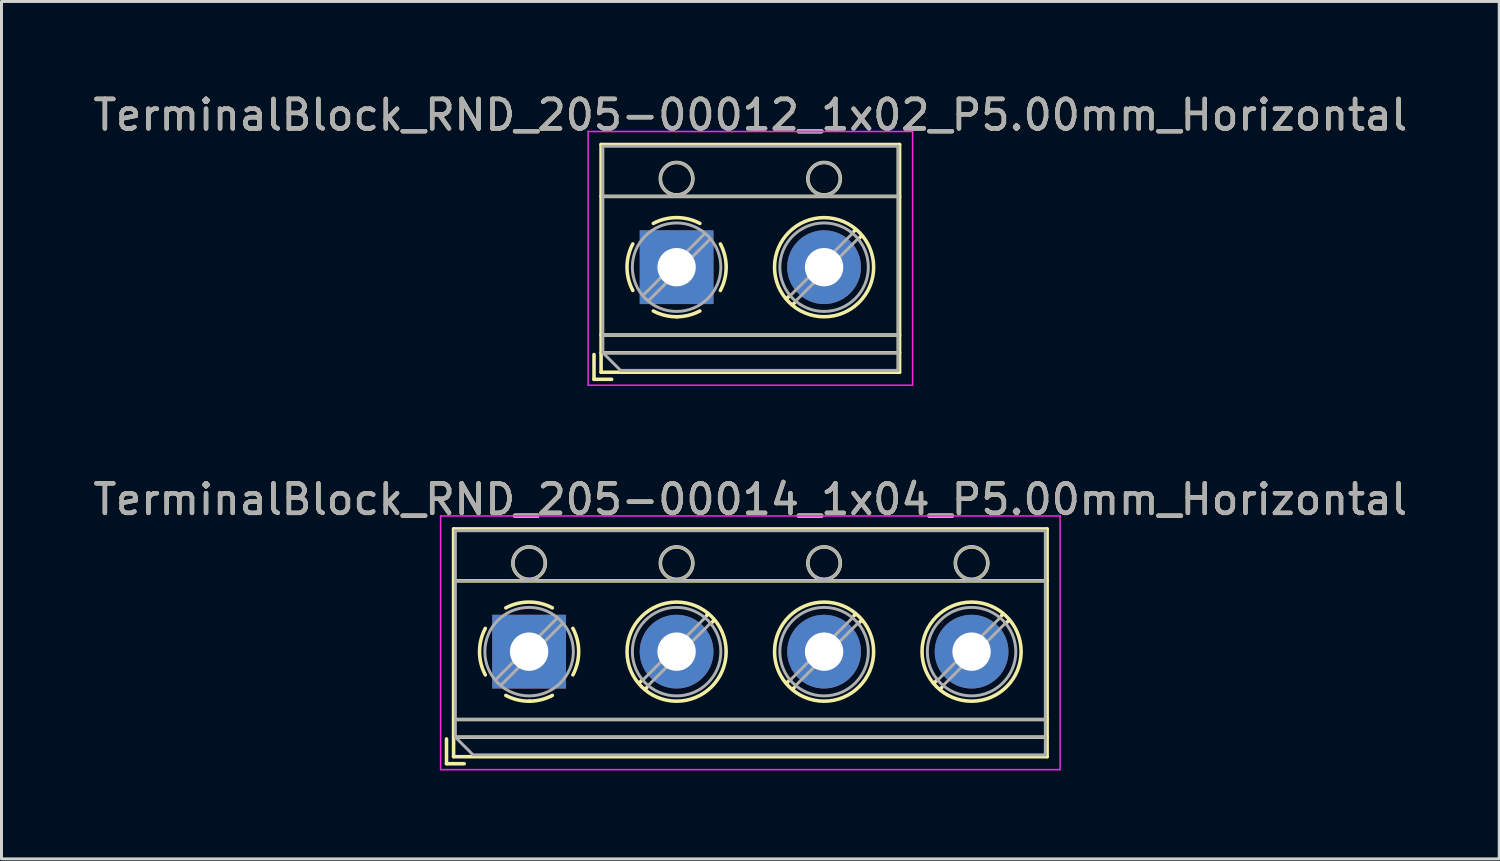
<source format=kicad_pcb>
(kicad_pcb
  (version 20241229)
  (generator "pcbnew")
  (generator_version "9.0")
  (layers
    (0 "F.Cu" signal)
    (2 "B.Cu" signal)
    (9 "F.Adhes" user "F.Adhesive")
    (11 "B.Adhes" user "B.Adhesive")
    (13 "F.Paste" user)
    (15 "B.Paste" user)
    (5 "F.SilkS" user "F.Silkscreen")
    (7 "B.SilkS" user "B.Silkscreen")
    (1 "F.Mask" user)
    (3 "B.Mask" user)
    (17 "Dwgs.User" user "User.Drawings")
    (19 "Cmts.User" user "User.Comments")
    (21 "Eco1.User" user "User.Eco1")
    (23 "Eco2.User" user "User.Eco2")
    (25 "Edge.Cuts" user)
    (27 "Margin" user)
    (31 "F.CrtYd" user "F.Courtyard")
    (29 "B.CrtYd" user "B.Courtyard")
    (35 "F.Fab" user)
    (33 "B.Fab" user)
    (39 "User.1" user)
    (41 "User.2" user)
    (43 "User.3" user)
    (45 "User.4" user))
  (footprint "TerminalBlock_RND_205-00012_1x02_P5.00mm_Horizontal"
    (layer "F.Cu")
    (at 19.887 6.008)
    (property "Reference" "TerminalBlock_RND_205-00012_1x02_P5.00mm_Horizontal" (at 2.5 -5.16 0) (layer "F.SilkS") (effects (font (size 1 1) (thickness 0.15))))
    (attr through_hole)
    (fp_line (start -2.8 2.96) (end -2.8 3.8) (stroke (width 0.12) (type solid)) (layer "F.SilkS"))
    (fp_line (start -2.8 3.8) (end -2.2 3.8) (stroke (width 0.12) (type solid)) (layer "F.SilkS"))
    (fp_line (start -2.56 -4.16) (end -2.56 3.561) (stroke (width 0.12) (type solid)) (layer "F.SilkS"))
    (fp_line (start -2.56 -4.16) (end 7.56 -4.16) (stroke (width 0.12) (type solid)) (layer "F.SilkS"))
    (fp_line (start -2.56 -2.4) (end 7.56 -2.4) (stroke (width 0.12) (type solid)) (layer "F.SilkS"))
    (fp_line (start -2.56 2.3) (end 7.56 2.3) (stroke (width 0.12) (type solid)) (layer "F.SilkS"))
    (fp_line (start -2.56 2.9) (end 7.56 2.9) (stroke (width 0.12) (type solid)) (layer "F.SilkS"))
    (fp_line (start -2.56 3.561) (end 7.56 3.561) (stroke (width 0.12) (type solid)) (layer "F.SilkS"))
    (fp_line (start 3.82 0.976) (end 3.726 1.069) (stroke (width 0.12) (type solid)) (layer "F.SilkS"))
    (fp_line (start 3.99 1.216) (end 3.931 1.274) (stroke (width 0.12) (type solid)) (layer "F.SilkS"))
    (fp_line (start 6.07 -1.275) (end 6.011 -1.216) (stroke (width 0.12) (type solid)) (layer "F.SilkS"))
    (fp_line (start 6.275 -1.069) (end 6.181 -0.976) (stroke (width 0.12) (type solid)) (layer "F.SilkS"))
    (fp_line (start 7.56 -4.16) (end 7.56 3.561) (stroke (width 0.12) (type solid)) (layer "F.SilkS"))
    (fp_arc (start -1.483953 0.789089) (mid -1.680708 0.00005) (end -1.484 -0.789) (stroke (width 0.12) (type solid)) (layer "F.SilkS"))
    (fp_arc (start -0.789089 -1.483953) (mid -0.00005 -1.680708) (end 0.789 -1.484) (stroke (width 0.12) (type solid)) (layer "F.SilkS"))
    (fp_arc (start 0.029383 1.68045) (mid -0.392304 1.634281) (end -0.789 1.484) (stroke (width 0.12) (type solid)) (layer "F.SilkS"))
    (fp_arc (start 0.788712 1.483352) (mid 0.406429 1.630097) (end 0 1.68) (stroke (width 0.12) (type solid)) (layer "F.SilkS"))
    (fp_arc (start 1.483953 -0.789089) (mid 1.680708 -0.00005) (end 1.484 0.789) (stroke (width 0.12) (type solid)) (layer "F.SilkS"))
    (fp_circle (center 0 -3) (end 0.55 -3) (stroke (width 0.12) (type solid)) (fill no) (layer "F.SilkS"))
    (fp_circle (center 5 -3) (end 5.55 -3) (stroke (width 0.12) (type solid)) (fill no) (layer "F.SilkS"))
    (fp_circle (center 5 0) (end 6.68 0) (stroke (width 0.12) (type solid)) (fill no) (layer "F.SilkS"))
    (fp_line (start -3 -4.6) (end -3 4) (stroke (width 0.05) (type solid)) (layer "F.CrtYd"))
    (fp_line (start -3 4) (end 8 4) (stroke (width 0.05) (type solid)) (layer "F.CrtYd"))
    (fp_line (start 8 -4.6) (end -3 -4.6) (stroke (width 0.05) (type solid)) (layer "F.CrtYd"))
    (fp_line (start 8 4) (end 8 -4.6) (stroke (width 0.05) (type solid)) (layer "F.CrtYd"))
    (fp_line (start -2.5 -4.1) (end 7.5 -4.1) (stroke (width 0.1) (type solid)) (layer "F.Fab"))
    (fp_line (start -2.5 -2.4) (end 7.5 -2.4) (stroke (width 0.1) (type solid)) (layer "F.Fab"))
    (fp_line (start -2.5 2.3) (end 7.5 2.3) (stroke (width 0.1) (type solid)) (layer "F.Fab"))
    (fp_line (start -2.5 2.9) (end -2.5 -4.1) (stroke (width 0.1) (type solid)) (layer "F.Fab"))
    (fp_line (start -2.5 2.9) (end 7.5 2.9) (stroke (width 0.1) (type solid)) (layer "F.Fab"))
    (fp_line (start -1.9 3.5) (end -2.5 2.9) (stroke (width 0.1) (type solid)) (layer "F.Fab"))
    (fp_line (start 0.955 -1.138) (end -1.138 0.955) (stroke (width 0.1) (type solid)) (layer "F.Fab"))
    (fp_line (start 1.138 -0.955) (end -0.955 1.138) (stroke (width 0.1) (type solid)) (layer "F.Fab"))
    (fp_line (start 5.955 -1.138) (end 3.863 0.955) (stroke (width 0.1) (type solid)) (layer "F.Fab"))
    (fp_line (start 6.138 -0.955) (end 4.046 1.138) (stroke (width 0.1) (type solid)) (layer "F.Fab"))
    (fp_line (start 7.5 -4.1) (end 7.5 3.5) (stroke (width 0.1) (type solid)) (layer "F.Fab"))
    (fp_line (start 7.5 3.5) (end -1.9 3.5) (stroke (width 0.1) (type solid)) (layer "F.Fab"))
    (fp_circle (center 0 -3) (end 0.55 -3) (stroke (width 0.1) (type solid)) (fill no) (layer "F.Fab"))
    (fp_circle (center 0 0) (end 1.5 0) (stroke (width 0.1) (type solid)) (fill no) (layer "F.Fab"))
    (fp_circle (center 5 -3) (end 5.55 -3) (stroke (width 0.1) (type solid)) (fill no) (layer "F.Fab"))
    (fp_circle (center 5 0) (end 6.5 0) (stroke (width 0.1) (type solid)) (fill no) (layer "F.Fab"))
    (fp_text user "${REFERENCE}" (at 2.5 -5.16 0) (layer "F.Fab") (effects (font (size 1 1) (thickness 0.15))))
    (pad "1" thru_hole rect (at 0 0) (size 2.5 2.5) (drill 1.3) (layers "*.Cu" "*.Mask"))
    (pad "2" thru_hole circle (at 5 0) (size 2.5 2.5) (drill 1.3) (layers "*.Cu" "*.Mask")))
  (footprint "TerminalBlock_RND_205-00014_1x04_P5.00mm_Horizontal"
    (layer "F.Cu")
    (at 14.887 19.041)
    (property "Reference" "TerminalBlock_RND_205-00014_1x04_P5.00mm_Horizontal" (at 7.5 -5.16 0) (layer "F.SilkS") (effects (font (size 1 1) (thickness 0.15))))
    (attr through_hole)
    (fp_line (start -2.8 2.96) (end -2.8 3.8) (stroke (width 0.12) (type solid)) (layer "F.SilkS"))
    (fp_line (start -2.8 3.8) (end -2.2 3.8) (stroke (width 0.12) (type solid)) (layer "F.SilkS"))
    (fp_line (start -2.56 -4.16) (end -2.56 3.561) (stroke (width 0.12) (type solid)) (layer "F.SilkS"))
    (fp_line (start -2.56 -4.16) (end 17.561 -4.16) (stroke (width 0.12) (type solid)) (layer "F.SilkS"))
    (fp_line (start -2.56 -2.4) (end 17.561 -2.4) (stroke (width 0.12) (type solid)) (layer "F.SilkS"))
    (fp_line (start -2.56 2.3) (end 17.561 2.3) (stroke (width 0.12) (type solid)) (layer "F.SilkS"))
    (fp_line (start -2.56 2.9) (end 17.561 2.9) (stroke (width 0.12) (type solid)) (layer "F.SilkS"))
    (fp_line (start -2.56 3.561) (end 17.561 3.561) (stroke (width 0.12) (type solid)) (layer "F.SilkS"))
    (fp_line (start 3.82 0.976) (end 3.726 1.069) (stroke (width 0.12) (type solid)) (layer "F.SilkS"))
    (fp_line (start 3.99 1.216) (end 3.931 1.274) (stroke (width 0.12) (type solid)) (layer "F.SilkS"))
    (fp_line (start 6.07 -1.275) (end 6.011 -1.216) (stroke (width 0.12) (type solid)) (layer "F.SilkS"))
    (fp_line (start 6.275 -1.069) (end 6.181 -0.976) (stroke (width 0.12) (type solid)) (layer "F.SilkS"))
    (fp_line (start 8.82 0.976) (end 8.726 1.069) (stroke (width 0.12) (type solid)) (layer "F.SilkS"))
    (fp_line (start 8.99 1.216) (end 8.931 1.274) (stroke (width 0.12) (type solid)) (layer "F.SilkS"))
    (fp_line (start 11.07 -1.275) (end 11.011 -1.216) (stroke (width 0.12) (type solid)) (layer "F.SilkS"))
    (fp_line (start 11.275 -1.069) (end 11.181 -0.976) (stroke (width 0.12) (type solid)) (layer "F.SilkS"))
    (fp_line (start 13.82 0.976) (end 13.726 1.069) (stroke (width 0.12) (type solid)) (layer "F.SilkS"))
    (fp_line (start 13.99 1.216) (end 13.931 1.274) (stroke (width 0.12) (type solid)) (layer "F.SilkS"))
    (fp_line (start 16.07 -1.275) (end 16.011 -1.216) (stroke (width 0.12) (type solid)) (layer "F.SilkS"))
    (fp_line (start 16.275 -1.069) (end 16.181 -0.976) (stroke (width 0.12) (type solid)) (layer "F.SilkS"))
    (fp_line (start 17.561 -4.16) (end 17.561 3.561) (stroke (width 0.12) (type solid)) (layer "F.SilkS"))
    (fp_arc (start -1.483953 0.789089) (mid -1.680708 0.00005) (end -1.484 -0.789) (stroke (width 0.12) (type solid)) (layer "F.SilkS"))
    (fp_arc (start -0.789089 -1.483953) (mid -0.00005 -1.680708) (end 0.789 -1.484) (stroke (width 0.12) (type solid)) (layer "F.SilkS"))
    (fp_arc (start 0.029383 1.68045) (mid -0.392304 1.634281) (end -0.789 1.484) (stroke (width 0.12) (type solid)) (layer "F.SilkS"))
    (fp_arc (start 0.788712 1.483352) (mid 0.406429 1.630097) (end 0 1.68) (stroke (width 0.12) (type solid)) (layer "F.SilkS"))
    (fp_arc (start 1.483953 -0.789089) (mid 1.680708 -0.00005) (end 1.484 0.789) (stroke (width 0.12) (type solid)) (layer "F.SilkS"))
    (fp_circle (center 0 -3) (end 0.55 -3) (stroke (width 0.12) (type solid)) (fill no) (layer "F.SilkS"))
    (fp_circle (center 5 -3) (end 5.55 -3) (stroke (width 0.12) (type solid)) (fill no) (layer "F.SilkS"))
    (fp_circle (center 5 0) (end 6.68 0) (stroke (width 0.12) (type solid)) (fill no) (layer "F.SilkS"))
    (fp_circle (center 10 -3) (end 10.55 -3) (stroke (width 0.12) (type solid)) (fill no) (layer "F.SilkS"))
    (fp_circle (center 10 0) (end 11.68 0) (stroke (width 0.12) (type solid)) (fill no) (layer "F.SilkS"))
    (fp_circle (center 15 -3) (end 15.55 -3) (stroke (width 0.12) (type solid)) (fill no) (layer "F.SilkS"))
    (fp_circle (center 15 0) (end 16.68 0) (stroke (width 0.12) (type solid)) (fill no) (layer "F.SilkS"))
    (fp_line (start -3 -4.6) (end -3 4) (stroke (width 0.05) (type solid)) (layer "F.CrtYd"))
    (fp_line (start -3 4) (end 18 4) (stroke (width 0.05) (type solid)) (layer "F.CrtYd"))
    (fp_line (start 18 -4.6) (end -3 -4.6) (stroke (width 0.05) (type solid)) (layer "F.CrtYd"))
    (fp_line (start 18 4) (end 18 -4.6) (stroke (width 0.05) (type solid)) (layer "F.CrtYd"))
    (fp_line (start -2.5 -4.1) (end 17.5 -4.1) (stroke (width 0.1) (type solid)) (layer "F.Fab"))
    (fp_line (start -2.5 -2.4) (end 17.5 -2.4) (stroke (width 0.1) (type solid)) (layer "F.Fab"))
    (fp_line (start -2.5 2.3) (end 17.5 2.3) (stroke (width 0.1) (type solid)) (layer "F.Fab"))
    (fp_line (start -2.5 2.9) (end -2.5 -4.1) (stroke (width 0.1) (type solid)) (layer "F.Fab"))
    (fp_line (start -2.5 2.9) (end 17.5 2.9) (stroke (width 0.1) (type solid)) (layer "F.Fab"))
    (fp_line (start -1.9 3.5) (end -2.5 2.9) (stroke (width 0.1) (type solid)) (layer "F.Fab"))
    (fp_line (start 0.955 -1.138) (end -1.138 0.955) (stroke (width 0.1) (type solid)) (layer "F.Fab"))
    (fp_line (start 1.138 -0.955) (end -0.955 1.138) (stroke (width 0.1) (type solid)) (layer "F.Fab"))
    (fp_line (start 5.955 -1.138) (end 3.863 0.955) (stroke (width 0.1) (type solid)) (layer "F.Fab"))
    (fp_line (start 6.138 -0.955) (end 4.046 1.138) (stroke (width 0.1) (type solid)) (layer "F.Fab"))
    (fp_line (start 10.955 -1.138) (end 8.863 0.955) (stroke (width 0.1) (type solid)) (layer "F.Fab"))
    (fp_line (start 11.138 -0.955) (end 9.046 1.138) (stroke (width 0.1) (type solid)) (layer "F.Fab"))
    (fp_line (start 15.955 -1.138) (end 13.863 0.955) (stroke (width 0.1) (type solid)) (layer "F.Fab"))
    (fp_line (start 16.138 -0.955) (end 14.046 1.138) (stroke (width 0.1) (type solid)) (layer "F.Fab"))
    (fp_line (start 17.5 -4.1) (end 17.5 3.5) (stroke (width 0.1) (type solid)) (layer "F.Fab"))
    (fp_line (start 17.5 3.5) (end -1.9 3.5) (stroke (width 0.1) (type solid)) (layer "F.Fab"))
    (fp_circle (center 0 -3) (end 0.55 -3) (stroke (width 0.1) (type solid)) (fill no) (layer "F.Fab"))
    (fp_circle (center 0 0) (end 1.5 0) (stroke (width 0.1) (type solid)) (fill no) (layer "F.Fab"))
    (fp_circle (center 5 -3) (end 5.55 -3) (stroke (width 0.1) (type solid)) (fill no) (layer "F.Fab"))
    (fp_circle (center 5 0) (end 6.5 0) (stroke (width 0.1) (type solid)) (fill no) (layer "F.Fab"))
    (fp_circle (center 10 -3) (end 10.55 -3) (stroke (width 0.1) (type solid)) (fill no) (layer "F.Fab"))
    (fp_circle (center 10 0) (end 11.5 0) (stroke (width 0.1) (type solid)) (fill no) (layer "F.Fab"))
    (fp_circle (center 15 -3) (end 15.55 -3) (stroke (width 0.1) (type solid)) (fill no) (layer "F.Fab"))
    (fp_circle (center 15 0) (end 16.5 0) (stroke (width 0.1) (type solid)) (fill no) (layer "F.Fab"))
    (fp_text user "${REFERENCE}" (at 7.5 -5.16 0) (layer "F.Fab") (effects (font (size 1 1) (thickness 0.15))))
    (pad "1" thru_hole rect (at 0 0) (size 2.5 2.5) (drill 1.3) (layers "*.Cu" "*.Mask"))
    (pad "2" thru_hole circle (at 5 0) (size 2.5 2.5) (drill 1.3) (layers "*.Cu" "*.Mask"))
    (pad "3" thru_hole circle (at 10 0) (size 2.5 2.5) (drill 1.3) (layers "*.Cu" "*.Mask"))
    (pad "4" thru_hole circle (at 15 0) (size 2.5 2.5) (drill 1.3) (layers "*.Cu" "*.Mask")))
  (gr_rect
    (start -3 -3)
    (end 47.774 26.067)
    (stroke (width 0.1) (type default))
    (fill no)
    (layer "Edge.Cuts")))
</source>
